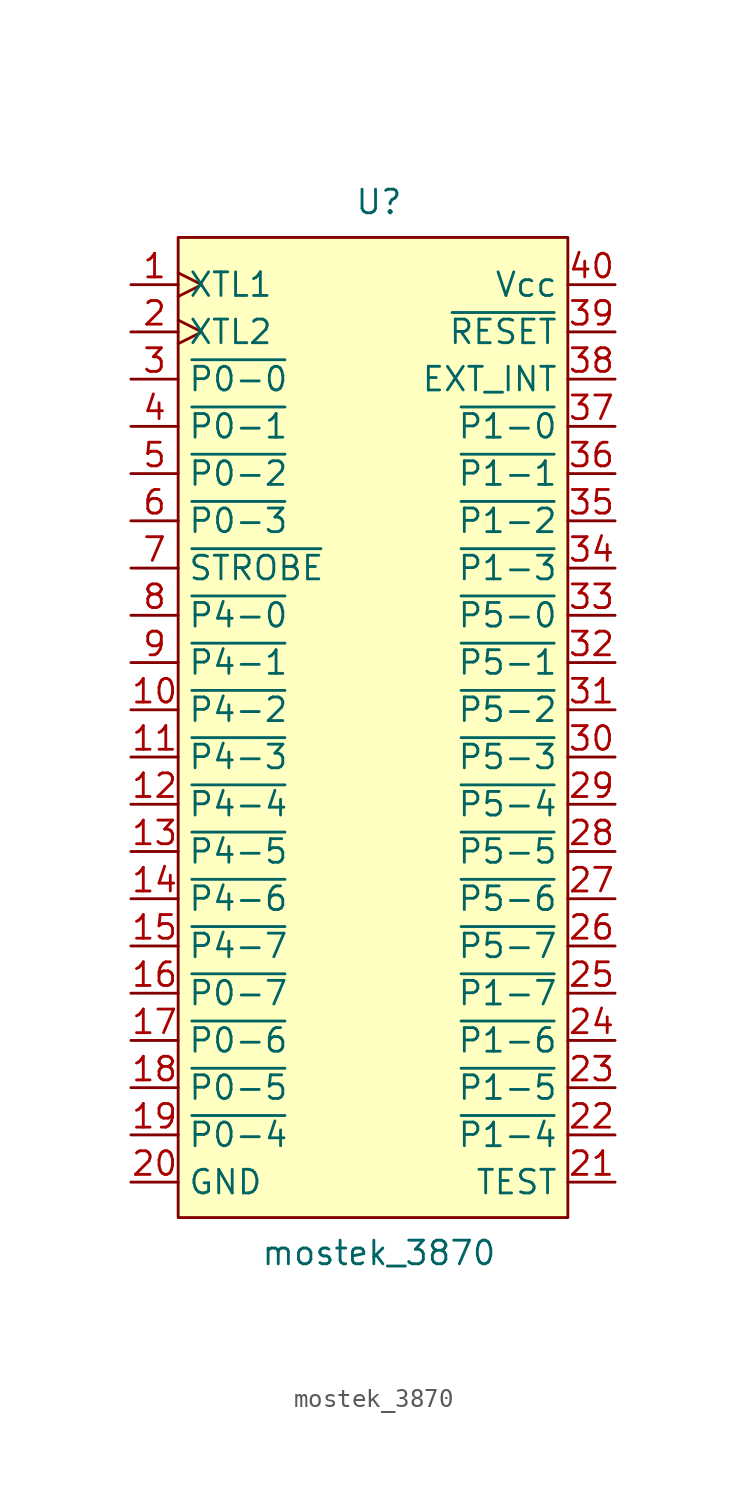
<source format=kicad_sym>
(kicad_symbol_lib
  (version 20211014)
  (generator kicad_symbol_editor)
  (symbol "mostek_3870"
    (property "Reference" "U"
      (at 0 28.575 0)
      (effects (font (size 1.27 1.27))))
    (property "Value" "mostek_3870"
      (at 0 -27.94 0)
      (effects (font (size 1.27 1.27))))
    (symbol "mostek_3870_0_0"
      (pin input clock (at -13.335 24.13 0) (length 2.54) (name "XTL1" (effects (font (size 1.27 1.27)))) (number "1" (effects (font (size 1.27 1.27)))))
      (pin bidirectional line (at -13.335 1.27 0) (length 2.54) (name "~{P4-2}" (effects (font (size 1.27 1.27)))) (number "10" (effects (font (size 1.27 1.27)))))
      (pin bidirectional line (at -13.335 -1.27 0) (length 2.54) (name "~{P4-3}" (effects (font (size 1.27 1.27)))) (number "11" (effects (font (size 1.27 1.27)))))
      (pin bidirectional line (at -13.335 -3.81 0) (length 2.54) (name "~{P4-4}" (effects (font (size 1.27 1.27)))) (number "12" (effects (font (size 1.27 1.27)))))
      (pin bidirectional line (at -13.335 -6.35 0) (length 2.54) (name "~{P4-5}" (effects (font (size 1.27 1.27)))) (number "13" (effects (font (size 1.27 1.27)))))
      (pin bidirectional line (at -13.335 -8.89 0) (length 2.54) (name "~{P4-6}" (effects (font (size 1.27 1.27)))) (number "14" (effects (font (size 1.27 1.27)))))
      (pin bidirectional line (at -13.335 -11.43 0) (length 2.54) (name "~{P4-7}" (effects (font (size 1.27 1.27)))) (number "15" (effects (font (size 1.27 1.27)))))
      (pin bidirectional line (at -13.335 -13.97 0) (length 2.54) (name "~{P0-7}" (effects (font (size 1.27 1.27)))) (number "16" (effects (font (size 1.27 1.27)))))
      (pin bidirectional line (at -13.335 -16.51 0) (length 2.54) (name "~{P0-6}" (effects (font (size 1.27 1.27)))) (number "17" (effects (font (size 1.27 1.27)))))
      (pin bidirectional line (at -13.335 -19.05 0) (length 2.54) (name "~{P0-5}" (effects (font (size 1.27 1.27)))) (number "18" (effects (font (size 1.27 1.27)))))
      (pin bidirectional line (at -13.335 -21.59 0) (length 2.54) (name "~{P0-4}" (effects (font (size 1.27 1.27)))) (number "19" (effects (font (size 1.27 1.27)))))
      (pin input clock (at -13.335 21.59 0) (length 2.54) (name "XTL2" (effects (font (size 1.27 1.27)))) (number "2" (effects (font (size 1.27 1.27)))))
      (pin power_in line (at -13.335 -24.13 0) (length 2.54) (name "GND" (effects (font (size 1.27 1.27)))) (number "20" (effects (font (size 1.27 1.27)))))
      (pin input line (at 12.7 -24.13 180) (length 2.54) (name "TEST" (effects (font (size 1.27 1.27)))) (number "21" (effects (font (size 1.27 1.27)))))
      (pin bidirectional line (at 12.7 -21.59 180) (length 2.54) (name "~{P1-4}" (effects (font (size 1.27 1.27)))) (number "22" (effects (font (size 1.27 1.27)))))
      (pin bidirectional line (at 12.7 -19.05 180) (length 2.54) (name "~{P1-5}" (effects (font (size 1.27 1.27)))) (number "23" (effects (font (size 1.27 1.27)))))
      (pin bidirectional line (at 12.7 -16.51 180) (length 2.54) (name "~{P1-6}" (effects (font (size 1.27 1.27)))) (number "24" (effects (font (size 1.27 1.27)))))
      (pin bidirectional line (at 12.7 -13.97 180) (length 2.54) (name "~{P1-7}" (effects (font (size 1.27 1.27)))) (number "25" (effects (font (size 1.27 1.27)))))
      (pin bidirectional line (at 12.7 -11.43 180) (length 2.54) (name "~{P5-7}" (effects (font (size 1.27 1.27)))) (number "26" (effects (font (size 1.27 1.27)))))
      (pin bidirectional line (at 12.7 -8.89 180) (length 2.54) (name "~{P5-6}" (effects (font (size 1.27 1.27)))) (number "27" (effects (font (size 1.27 1.27)))))
      (pin bidirectional line (at 12.7 -6.35 180) (length 2.54) (name "~{P5-5}" (effects (font (size 1.27 1.27)))) (number "28" (effects (font (size 1.27 1.27)))))
      (pin bidirectional line (at 12.7 -3.81 180) (length 2.54) (name "~{P5-4}" (effects (font (size 1.27 1.27)))) (number "29" (effects (font (size 1.27 1.27)))))
      (pin bidirectional line (at -13.335 19.05 0) (length 2.54) (name "~{P0-0}" (effects (font (size 1.27 1.27)))) (number "3" (effects (font (size 1.27 1.27)))))
      (pin bidirectional line (at 12.7 -1.27 180) (length 2.54) (name "~{P5-3}" (effects (font (size 1.27 1.27)))) (number "30" (effects (font (size 1.27 1.27)))))
      (pin bidirectional line (at 12.7 1.27 180) (length 2.54) (name "~{P5-2}" (effects (font (size 1.27 1.27)))) (number "31" (effects (font (size 1.27 1.27)))))
      (pin bidirectional line (at 12.7 3.81 180) (length 2.54) (name "~{P5-1}" (effects (font (size 1.27 1.27)))) (number "32" (effects (font (size 1.27 1.27)))))
      (pin bidirectional line (at 12.7 6.35 180) (length 2.54) (name "~{P5-0}" (effects (font (size 1.27 1.27)))) (number "33" (effects (font (size 1.27 1.27)))))
      (pin bidirectional line (at 12.7 8.89 180) (length 2.54) (name "~{P1-3}" (effects (font (size 1.27 1.27)))) (number "34" (effects (font (size 1.27 1.27)))))
      (pin bidirectional line (at 12.7 11.43 180) (length 2.54) (name "~{P1-2}" (effects (font (size 1.27 1.27)))) (number "35" (effects (font (size 1.27 1.27)))))
      (pin bidirectional line (at 12.7 13.97 180) (length 2.54) (name "~{P1-1}" (effects (font (size 1.27 1.27)))) (number "36" (effects (font (size 1.27 1.27)))))
      (pin bidirectional line (at 12.7 16.51 180) (length 2.54) (name "~{P1-0}" (effects (font (size 1.27 1.27)))) (number "37" (effects (font (size 1.27 1.27)))))
      (pin input line (at 12.7 19.05 180) (length 2.54) (name "EXT_INT" (effects (font (size 1.27 1.27)))) (number "38" (effects (font (size 1.27 1.27)))))
      (pin input line (at 12.7 21.59 180) (length 2.54) (name "~{RESET}" (effects (font (size 1.27 1.27)))) (number "39" (effects (font (size 1.27 1.27)))))
      (pin bidirectional line (at -13.335 16.51 0) (length 2.54) (name "~{P0-1}" (effects (font (size 1.27 1.27)))) (number "4" (effects (font (size 1.27 1.27)))))
      (pin power_in line (at 12.7 24.13 180) (length 2.54) (name "Vcc" (effects (font (size 1.27 1.27)))) (number "40" (effects (font (size 1.27 1.27)))))
      (pin bidirectional line (at -13.335 13.97 0) (length 2.54) (name "~{P0-2}" (effects (font (size 1.27 1.27)))) (number "5" (effects (font (size 1.27 1.27)))))
      (pin bidirectional line (at -13.335 11.43 0) (length 2.54) (name "~{P0-3}" (effects (font (size 1.27 1.27)))) (number "6" (effects (font (size 1.27 1.27)))))
      (pin input line (at -13.335 8.89 0) (length 2.54) (name "~{STROBE}" (effects (font (size 1.27 1.27)))) (number "7" (effects (font (size 1.27 1.27)))))
      (pin bidirectional line (at -13.335 6.35 0) (length 2.54) (name "~{P4-0}" (effects (font (size 1.27 1.27)))) (number "8" (effects (font (size 1.27 1.27)))))
      (pin bidirectional line (at -13.335 3.81 0) (length 2.54) (name "~{P4-1}" (effects (font (size 1.27 1.27)))) (number "9" (effects (font (size 1.27 1.27))))))
    (symbol "mostek_3870_0_1"
      (rectangle (start -10.795 26.67) (end 10.16 -26.035) (stroke (width 0.152) (type default) (color 0 0 0 0)) (fill (type background))))))
</source>
